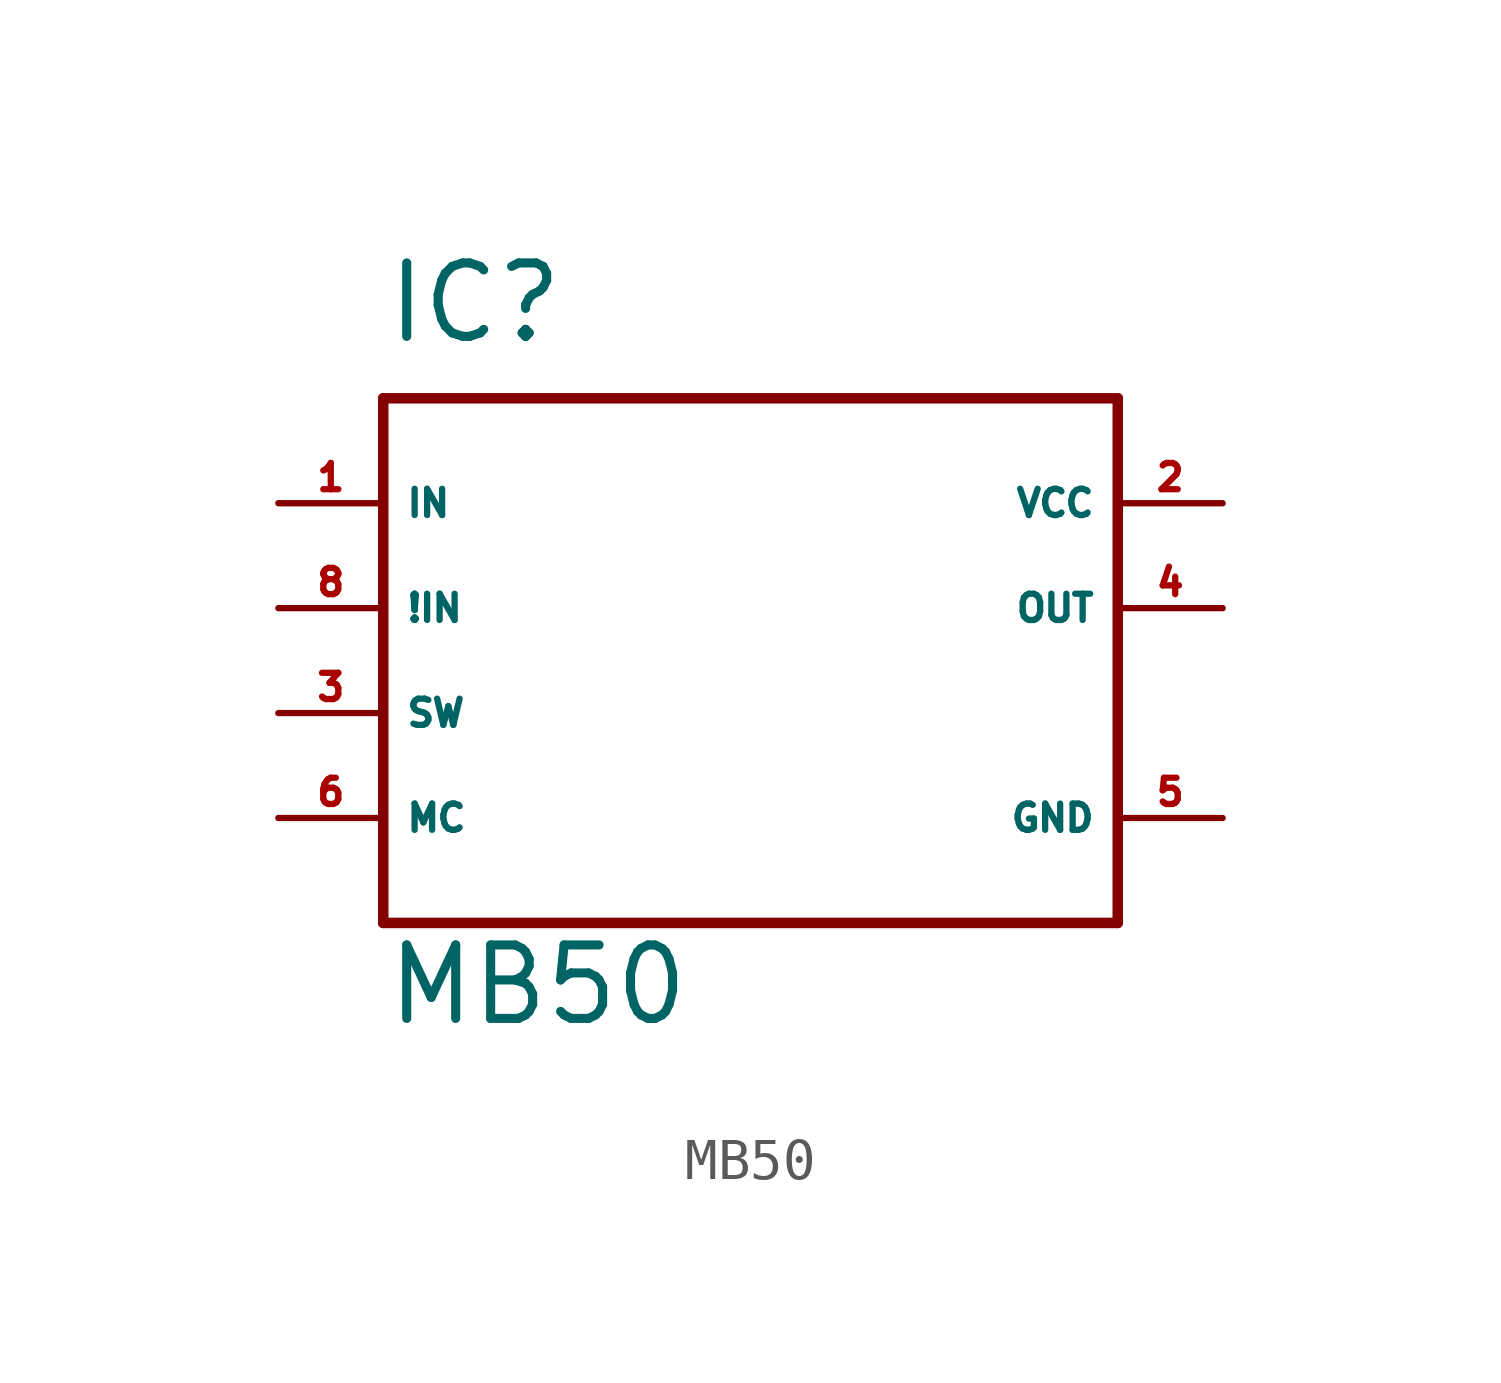
<source format=kicad_sym>
(kicad_symbol_lib
  (version 20220914)
  (generator Eagle2Kicad)
  (symbol "MB50"
    (property "Reference" "IC"
      (at -7.62 8.89 0)
      (effects (font (size 1.778 1.778) (thickness 0.22)) (justify left bottom)))
    (property "Value" "MB50"
      (at -7.62 -7.62 0)
      (effects (font (size 1.778 1.778) (thickness 0.22)) (justify left bottom)))
    (polyline
      (pts (xy -7.62 7.62) (xy 10.16 7.62))
      (stroke (width 0.254) (type default))
      (fill (type none)))
    (polyline
      (pts (xy 10.16 7.62) (xy 10.16 -5.08))
      (stroke (width 0.254) (type default))
      (fill (type none)))
    (polyline
      (pts (xy 10.16 -5.08) (xy -7.62 -5.08))
      (stroke (width 0.254) (type default))
      (fill (type none)))
    (polyline
      (pts (xy -7.62 -5.08) (xy -7.62 7.62))
      (stroke (width 0.254) (type default))
      (fill (type none)))
    (pin input line
      (at -10.16 5.08 0)
      (length 2.54)
      (name "IN" (effects (font (size 0.635 0.635) (thickness 0.08)) (justify left bottom)))
      (number "1" (effects (font (size 0.635 0.635) (thickness 0.08)) (justify left bottom))))
    (pin unspecified line
      (at 12.7 5.08 180)
      (length 2.54)
      (name "VCC" (effects (font (size 0.635 0.635) (thickness 0.08)) (justify left bottom)))
      (number "2" (effects (font (size 0.635 0.635) (thickness 0.08)) (justify left bottom))))
    (pin input line
      (at -10.16 0 0)
      (length 2.54)
      (name "SW" (effects (font (size 0.635 0.635) (thickness 0.08)) (justify left bottom)))
      (number "3" (effects (font (size 0.635 0.635) (thickness 0.08)) (justify left bottom))))
    (pin output line
      (at 12.7 2.54 180)
      (length 2.54)
      (name "OUT" (effects (font (size 0.635 0.635) (thickness 0.08)) (justify left bottom)))
      (number "4" (effects (font (size 0.635 0.635) (thickness 0.08)) (justify left bottom))))
    (pin unspecified line
      (at 12.7 -2.54 180)
      (length 2.54)
      (name "GND" (effects (font (size 0.635 0.635) (thickness 0.08)) (justify left bottom)))
      (number "5" (effects (font (size 0.635 0.635) (thickness 0.08)) (justify left bottom))))
    (pin input line
      (at -10.16 -2.54 0)
      (length 2.54)
      (name "MC" (effects (font (size 0.635 0.635) (thickness 0.08)) (justify left bottom)))
      (number "6" (effects (font (size 0.635 0.635) (thickness 0.08)) (justify left bottom))))
    (pin input line
      (at -10.16 2.54 0)
      (length 2.54)
      (name "!IN" (effects (font (size 0.635 0.635) (thickness 0.08)) (justify left bottom)))
      (number "8" (effects (font (size 0.635 0.635) (thickness 0.08)) (justify left bottom))))))
</source>
